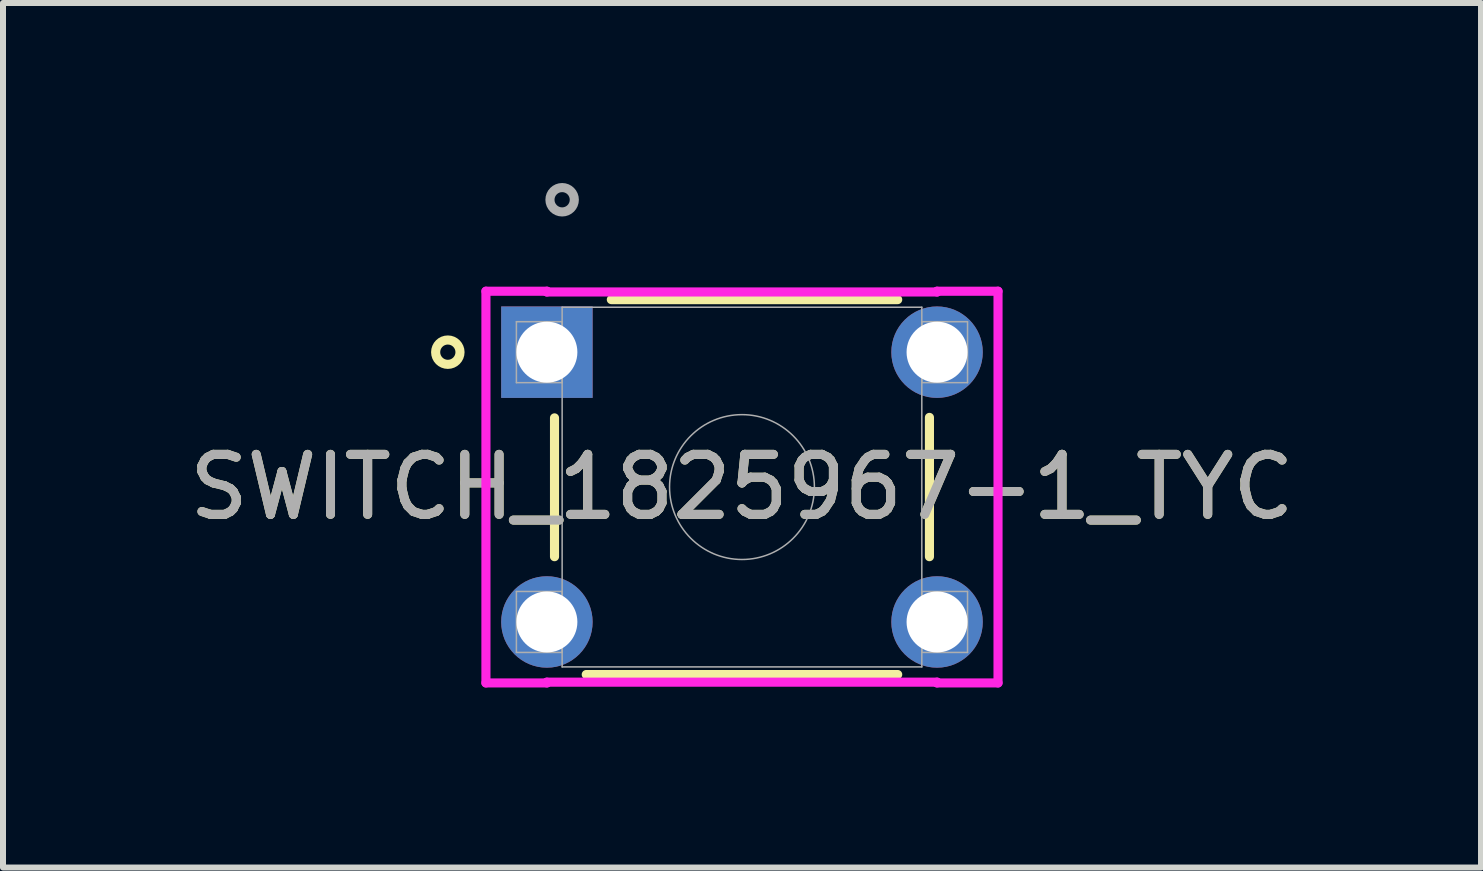
<source format=kicad_pcb>
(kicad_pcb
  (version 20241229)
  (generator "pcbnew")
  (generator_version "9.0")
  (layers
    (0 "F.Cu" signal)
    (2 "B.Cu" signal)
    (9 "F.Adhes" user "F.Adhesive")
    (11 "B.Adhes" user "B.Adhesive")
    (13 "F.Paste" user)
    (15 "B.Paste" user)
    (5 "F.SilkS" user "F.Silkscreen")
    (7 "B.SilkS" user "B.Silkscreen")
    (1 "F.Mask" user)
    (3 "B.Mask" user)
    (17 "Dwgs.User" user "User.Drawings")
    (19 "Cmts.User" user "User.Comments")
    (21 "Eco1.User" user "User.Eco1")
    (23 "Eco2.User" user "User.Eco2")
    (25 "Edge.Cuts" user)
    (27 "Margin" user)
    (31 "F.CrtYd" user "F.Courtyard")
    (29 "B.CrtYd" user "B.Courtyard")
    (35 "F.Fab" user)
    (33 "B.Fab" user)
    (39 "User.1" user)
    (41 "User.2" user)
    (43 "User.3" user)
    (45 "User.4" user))
  (footprint "SWITCH_1825967-1_TYC"
    (layer "F.Cu")
    (at 6.064 2.819)
    (property "Reference" "SWITCH_1825967-1_TYC" (at 3.251 2.248 0) (unlocked yes) (layer "F.SilkS") (effects (font (size 1 1) (thickness 0.15))))
    (attr through_hole)
    (fp_line (start 0.127 1.095) (end 0.127 3.408) (stroke (width 0.152) (type solid)) (layer "F.SilkS"))
    (fp_line (start 0.656 5.372) (end 5.846 5.372) (stroke (width 0.152) (type solid)) (layer "F.SilkS"))
    (fp_line (start 5.846 -0.876) (end 1.074 -0.876) (stroke (width 0.152) (type solid)) (layer "F.SilkS"))
    (fp_line (start 6.375 3.408) (end 6.375 1.087) (stroke (width 0.152) (type solid)) (layer "F.SilkS"))
    (fp_circle (center -1.651 0) (end -1.448 0) (stroke (width 0.152) (type solid)) (fill no) (layer "F.SilkS"))
    (fp_line (start -1.016 -1.016) (end 0 -1.016) (stroke (width 0.152) (type solid)) (layer "F.CrtYd"))
    (fp_line (start -1.016 5.512) (end -1.016 -1.016) (stroke (width 0.152) (type solid)) (layer "F.CrtYd"))
    (fp_line (start -1.016 5.512) (end 0 5.512) (stroke (width 0.152) (type solid)) (layer "F.CrtYd"))
    (fp_line (start 0 -1.016) (end 0 -1.003) (stroke (width 0.152) (type solid)) (layer "F.CrtYd"))
    (fp_line (start 0 -1.003) (end 6.502 -1.003) (stroke (width 0.152) (type solid)) (layer "F.CrtYd"))
    (fp_line (start 0 5.499) (end 0 5.512) (stroke (width 0.152) (type solid)) (layer "F.CrtYd"))
    (fp_line (start 6.502 -1.003) (end 6.502 -1.016) (stroke (width 0.152) (type solid)) (layer "F.CrtYd"))
    (fp_line (start 6.502 5.499) (end 0 5.499) (stroke (width 0.152) (type solid)) (layer "F.CrtYd"))
    (fp_line (start 6.502 5.512) (end 6.502 5.499) (stroke (width 0.152) (type solid)) (layer "F.CrtYd"))
    (fp_line (start 7.518 -1.016) (end 6.502 -1.016) (stroke (width 0.152) (type solid)) (layer "F.CrtYd"))
    (fp_line (start 7.518 -1.016) (end 7.518 5.512) (stroke (width 0.152) (type solid)) (layer "F.CrtYd"))
    (fp_line (start 7.518 5.512) (end 6.502 5.512) (stroke (width 0.152) (type solid)) (layer "F.CrtYd"))
    (fp_line (start -0.508 -0.508) (end -0.508 0.508) (stroke (width 0.025) (type solid)) (layer "F.Fab"))
    (fp_line (start -0.508 0.508) (end 0.254 0.508) (stroke (width 0.025) (type solid)) (layer "F.Fab"))
    (fp_line (start -0.508 3.988) (end -0.508 5.004) (stroke (width 0.025) (type solid)) (layer "F.Fab"))
    (fp_line (start -0.508 5.004) (end 0.254 5.004) (stroke (width 0.025) (type solid)) (layer "F.Fab"))
    (fp_line (start 0.254 -0.749) (end 0.254 5.245) (stroke (width 0.025) (type solid)) (layer "F.Fab"))
    (fp_line (start 0.254 -0.508) (end -0.508 -0.508) (stroke (width 0.025) (type solid)) (layer "F.Fab"))
    (fp_line (start 0.254 0.508) (end 0.254 -0.508) (stroke (width 0.025) (type solid)) (layer "F.Fab"))
    (fp_line (start 0.254 3.988) (end -0.508 3.988) (stroke (width 0.025) (type solid)) (layer "F.Fab"))
    (fp_line (start 0.254 5.004) (end 0.254 3.988) (stroke (width 0.025) (type solid)) (layer "F.Fab"))
    (fp_line (start 0.254 5.245) (end 6.248 5.245) (stroke (width 0.025) (type solid)) (layer "F.Fab"))
    (fp_line (start 6.248 -0.749) (end 0.254 -0.749) (stroke (width 0.025) (type solid)) (layer "F.Fab"))
    (fp_line (start 6.248 -0.508) (end 6.248 0.508) (stroke (width 0.025) (type solid)) (layer "F.Fab"))
    (fp_line (start 6.248 0.508) (end 7.01 0.508) (stroke (width 0.025) (type solid)) (layer "F.Fab"))
    (fp_line (start 6.248 3.988) (end 6.248 5.004) (stroke (width 0.025) (type solid)) (layer "F.Fab"))
    (fp_line (start 6.248 5.004) (end 7.01 5.004) (stroke (width 0.025) (type solid)) (layer "F.Fab"))
    (fp_line (start 6.248 5.245) (end 6.248 -0.749) (stroke (width 0.025) (type solid)) (layer "F.Fab"))
    (fp_line (start 7.01 -0.508) (end 6.248 -0.508) (stroke (width 0.025) (type solid)) (layer "F.Fab"))
    (fp_line (start 7.01 0.508) (end 7.01 -0.508) (stroke (width 0.025) (type solid)) (layer "F.Fab"))
    (fp_line (start 7.01 3.988) (end 6.248 3.988) (stroke (width 0.025) (type solid)) (layer "F.Fab"))
    (fp_line (start 7.01 5.004) (end 7.01 3.988) (stroke (width 0.025) (type solid)) (layer "F.Fab"))
    (fp_circle (center 0.254 -2.54) (end 0.457 -2.54) (stroke (width 0.152) (type solid)) (fill no) (layer "F.Fab"))
    (fp_circle (center 3.251 2.248) (end 4.458 2.248) (stroke (width 0.025) (type solid)) (fill no) (layer "F.Fab"))
    (fp_text user "${REFERENCE}" (at 3.251 2.248 0) (unlocked yes) (layer "F.Fab") (effects (font (size 1 1) (thickness 0.15))))
    (pad "1" thru_hole rect (at 0 0) (size 1.524 1.524) (drill 1.016) (layers "*.Cu" "*.Mask"))
    (pad "2" thru_hole circle (at 0 4.496) (size 1.524 1.524) (drill 1.016) (layers "*.Cu" "*.Mask"))
    (pad "3" thru_hole circle (at 6.502 4.496) (size 1.524 1.524) (drill 1.016) (layers "*.Cu" "*.Mask"))
    (pad "4" thru_hole circle (at 6.502 0) (size 1.524 1.524) (drill 1.016) (layers "*.Cu" "*.Mask")))
  (gr_rect
    (start -3 -3)
    (end 21.631 11.407)
    (stroke (width 0.1) (type default))
    (fill no)
    (layer "Edge.Cuts")))
</source>
